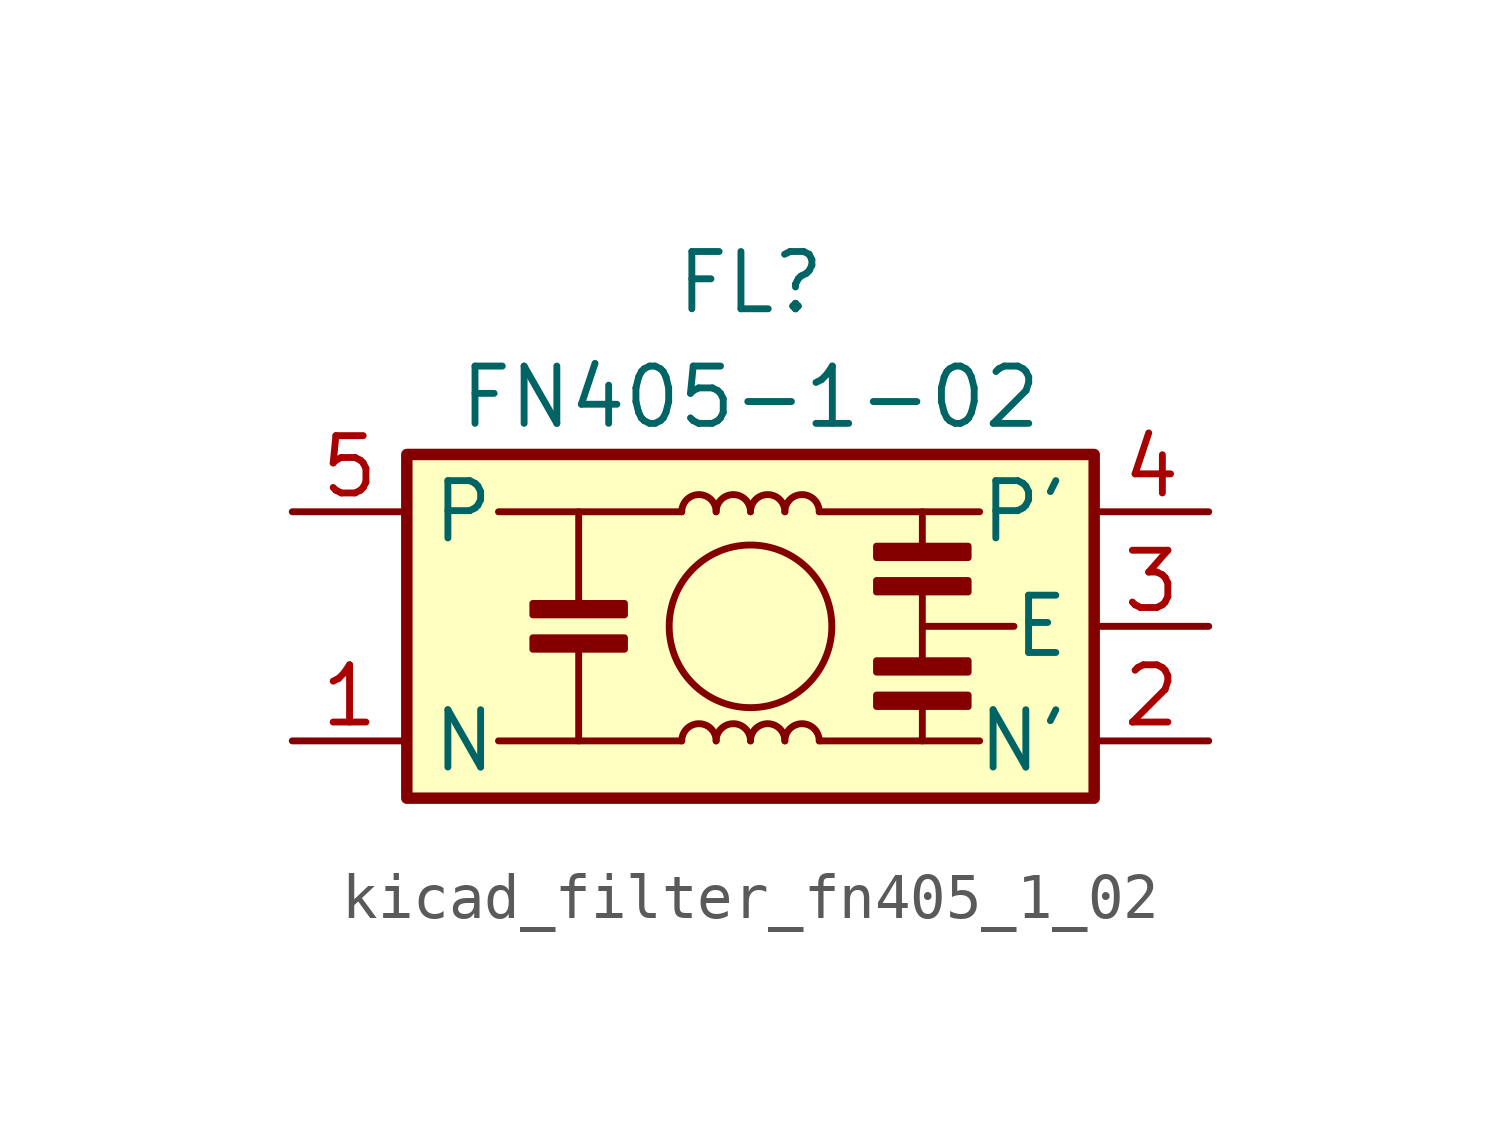
<source format=kicad_sym>
(kicad_symbol_lib
  (version 20220914)
  (generator kicad_symbol_editor)
  (symbol "kicad_filter_fn405_1_02"
    (property "Reference" "FL"
      (at 0 7.62 0)
      (effects (font (size 1.27 1.27))))
    (property "Value" "FN405-1-02"
      (at 0 5.08 0)
      (effects (font (size 1.27 1.27))))
    (symbol "kicad_filter_fn405_1_02_0_1"
      (rectangle (start -7.62 3.81) (end 7.62 -3.81) (stroke (width 0.254) (type default)) (fill (type background)))
      (rectangle (start -4.826 -0.254) (end -2.794 -0.508) (stroke (width 0) (type default)) (fill (type outline)))
      (rectangle (start -4.826 0.254) (end -2.794 0.508) (stroke (width 0) (type default)) (fill (type outline)))
      (arc (start -0.762 -2.54) (mid -1.143 -2.1606) (end -1.524 -2.54) (stroke (width 0) (type default)) (fill (type none)))
      (arc (start -0.762 2.54) (mid -1.143 2.9194) (end -1.524 2.54) (stroke (width 0) (type default)) (fill (type none)))
      (arc (start 0 -2.54) (mid -0.381 -2.1606) (end -0.762 -2.54) (stroke (width 0) (type default)) (fill (type none)))
      (polyline (pts (xy -3.81 -0.508) (xy -3.81 -2.54)) (stroke (width 0) (type default)) (fill (type none)))
      (polyline (pts (xy -3.81 0.508) (xy -3.81 2.54)) (stroke (width 0) (type default)) (fill (type none)))
      (polyline (pts (xy -1.524 -2.54) (xy -5.588 -2.54)) (stroke (width 0) (type default)) (fill (type none)))
      (polyline (pts (xy -1.524 2.54) (xy -5.588 2.54)) (stroke (width 0) (type default)) (fill (type none)))
      (polyline (pts (xy 1.524 -2.54) (xy 5.08 -2.54)) (stroke (width 0) (type default)) (fill (type none)))
      (polyline (pts (xy 3.81 -1.778) (xy 3.81 -2.54)) (stroke (width 0) (type default)) (fill (type none)))
      (polyline (pts (xy 3.81 0) (xy 5.842 0)) (stroke (width 0) (type default)) (fill (type none)))
      (polyline (pts (xy 3.81 0.762) (xy 3.81 -0.762)) (stroke (width 0) (type default)) (fill (type none)))
      (polyline (pts (xy 3.81 1.778) (xy 3.81 2.54)) (stroke (width 0) (type default)) (fill (type none)))
      (polyline (pts (xy 5.08 2.54) (xy 1.524 2.54)) (stroke (width 0) (type default)) (fill (type none)))
      (circle (center 0 0) (radius 1.803) (stroke (width 0) (type default)) (fill (type none)))
      (arc (start 0 2.54) (mid -0.381 2.9194) (end -0.762 2.54) (stroke (width 0) (type default)) (fill (type none)))
      (arc (start 0.762 -2.54) (mid 0.381 -2.1606) (end 0 -2.54) (stroke (width 0) (type default)) (fill (type none)))
      (arc (start 0.762 2.54) (mid 0.381 2.9194) (end 0 2.54) (stroke (width 0) (type default)) (fill (type none)))
      (arc (start 1.524 -2.54) (mid 1.143 -2.1606) (end 0.762 -2.54) (stroke (width 0) (type default)) (fill (type none)))
      (arc (start 1.524 2.54) (mid 1.143 2.9194) (end 0.762 2.54) (stroke (width 0) (type default)) (fill (type none)))
      (rectangle (start 2.794 -1.524) (end 4.826 -1.778) (stroke (width 0) (type default)) (fill (type outline)))
      (rectangle (start 2.794 -1.016) (end 4.826 -0.762) (stroke (width 0) (type default)) (fill (type outline)))
      (rectangle (start 2.794 1.016) (end 4.826 0.762) (stroke (width 0) (type default)) (fill (type outline)))
      (rectangle (start 2.794 1.524) (end 4.826 1.778) (stroke (width 0) (type default)) (fill (type outline))))
    (symbol "kicad_filter_fn405_1_02_1_1"
      (pin passive line (at -10.16 -2.54 0) (length 2.54) (name "N" (effects (font (size 1.27 1.27)))) (number "1" (effects (font (size 1.27 1.27)))))
      (pin passive line (at 10.16 -2.54 180) (length 2.54) (name "N'" (effects (font (size 1.27 1.27)))) (number "2" (effects (font (size 1.27 1.27)))))
      (pin passive line (at 10.16 0 180) (length 2.54) (name "E" (effects (font (size 1.27 1.27)))) (number "3" (effects (font (size 1.27 1.27)))))
      (pin passive line (at 10.16 2.54 180) (length 2.54) (name "P'" (effects (font (size 1.27 1.27)))) (number "4" (effects (font (size 1.27 1.27)))))
      (pin passive line (at -10.16 2.54 0) (length 2.54) (name "P" (effects (font (size 1.27 1.27)))) (number "5" (effects (font (size 1.27 1.27))))))))
</source>
